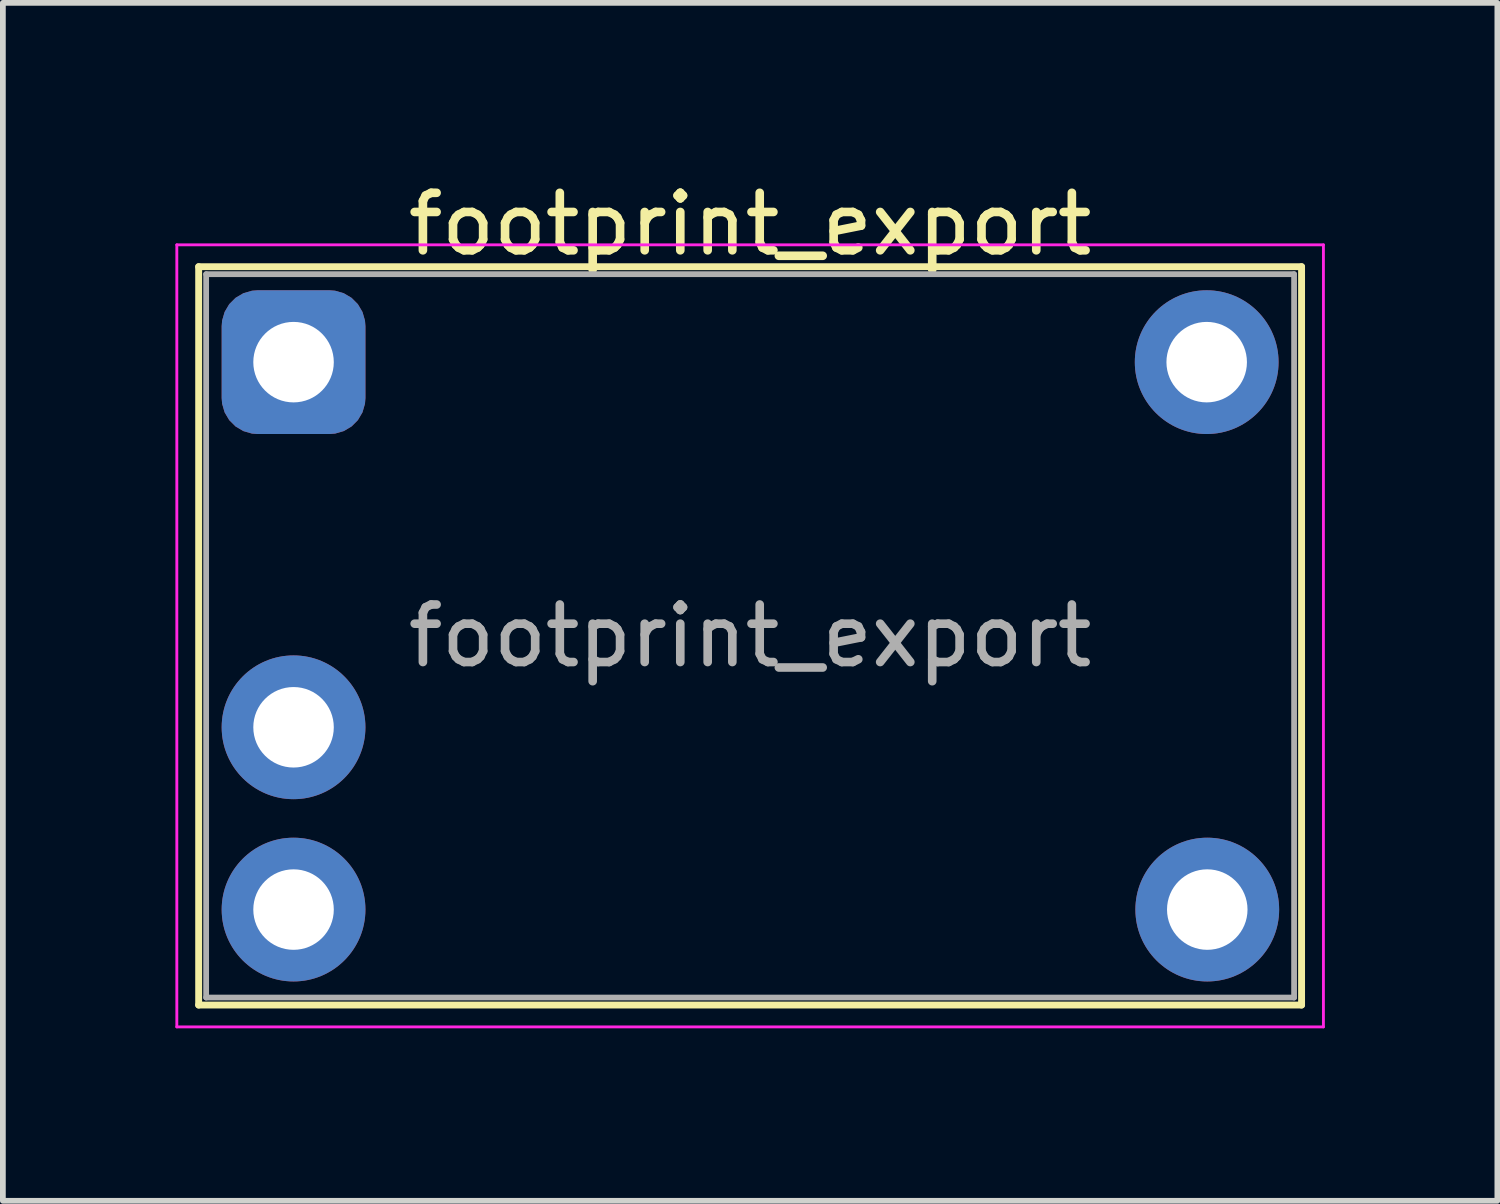
<source format=kicad_pcb>
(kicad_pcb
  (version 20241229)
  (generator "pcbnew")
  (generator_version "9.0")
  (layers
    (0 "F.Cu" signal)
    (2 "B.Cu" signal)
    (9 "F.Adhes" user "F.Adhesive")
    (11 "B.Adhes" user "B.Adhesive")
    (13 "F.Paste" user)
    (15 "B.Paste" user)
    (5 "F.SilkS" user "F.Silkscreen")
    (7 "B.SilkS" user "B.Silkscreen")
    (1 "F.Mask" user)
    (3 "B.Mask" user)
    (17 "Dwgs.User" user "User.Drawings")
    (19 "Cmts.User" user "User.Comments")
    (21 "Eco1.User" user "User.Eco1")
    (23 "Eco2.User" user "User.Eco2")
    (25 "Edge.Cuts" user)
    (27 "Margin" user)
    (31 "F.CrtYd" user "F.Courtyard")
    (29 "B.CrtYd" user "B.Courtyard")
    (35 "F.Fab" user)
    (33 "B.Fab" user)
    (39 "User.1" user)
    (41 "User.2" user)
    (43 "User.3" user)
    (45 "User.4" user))
  (footprint "footprint_export"
    (layer "F.Cu")
    (at 2.055 3.248)
    (property "Reference" "footprint_export" (at 7.94 -2.4 0) (layer "F.SilkS") (effects (font (size 1 1) (thickness 0.15))))
    (attr through_hole)
    (fp_line (start -1.65 -1.66) (end -1.65 11.18) (stroke (width 0.12) (type solid)) (layer "F.SilkS"))
    (fp_line (start -1.65 -1.66) (end 17.53 -1.66) (stroke (width 0.12) (type solid)) (layer "F.SilkS"))
    (fp_line (start -1.65 11.18) (end 17.53 11.18) (stroke (width 0.12) (type solid)) (layer "F.SilkS"))
    (fp_line (start 17.53 -1.66) (end 17.53 11.18) (stroke (width 0.12) (type solid)) (layer "F.SilkS"))
    (fp_line (start -2.03 11.56) (end -2.03 -2.04) (stroke (width 0.05) (type solid)) (layer "F.CrtYd"))
    (fp_line (start -2.03 11.56) (end 17.91 11.56) (stroke (width 0.05) (type solid)) (layer "F.CrtYd"))
    (fp_line (start 17.91 -2.04) (end -2.03 -2.04) (stroke (width 0.05) (type solid)) (layer "F.CrtYd"))
    (fp_line (start 17.91 -2.04) (end 17.91 11.56) (stroke (width 0.05) (type solid)) (layer "F.CrtYd"))
    (fp_line (start -1.52 11.05) (end -1.52 -1.53) (stroke (width 0.1) (type solid)) (layer "F.Fab"))
    (fp_line (start -1.52 11.05) (end 17.4 11.05) (stroke (width 0.1) (type solid)) (layer "F.Fab"))
    (fp_line (start 17.4 -1.53) (end -1.52 -1.53) (stroke (width 0.1) (type solid)) (layer "F.Fab"))
    (fp_line (start 17.4 -1.53) (end 17.4 11.05) (stroke (width 0.1) (type solid)) (layer "F.Fab"))
    (fp_text user "${REFERENCE}" (at 7.94 4.76 0) (layer "F.Fab") (effects (font (size 1 1) (thickness 0.15))))
    (pad "1" thru_hole roundrect (at 0 0) (size 2.5 2.5) (drill 1.4) (layers "*.Cu" "*.Mask") (roundrect_rratio 0.25))
    (pad "2" thru_hole circle (at 0 6.35) (size 2.5 2.5) (drill 1.4) (layers "*.Cu" "*.Mask"))
    (pad "3" thru_hole circle (at 0 9.52) (size 2.5 2.5) (drill 1.4) (layers "*.Cu" "*.Mask"))
    (pad "4" thru_hole circle (at 15.89 9.52) (size 2.5 2.5) (drill 1.4) (layers "*.Cu" "*.Mask"))
    (pad "5" thru_hole circle (at 15.88 0) (size 2.5 2.5) (drill 1.4) (layers "*.Cu" "*.Mask")))
  (gr_rect
    (start -3 -3)
    (end 22.99 17.833)
    (stroke (width 0.1) (type default))
    (fill no)
    (layer "Edge.Cuts")))
</source>
